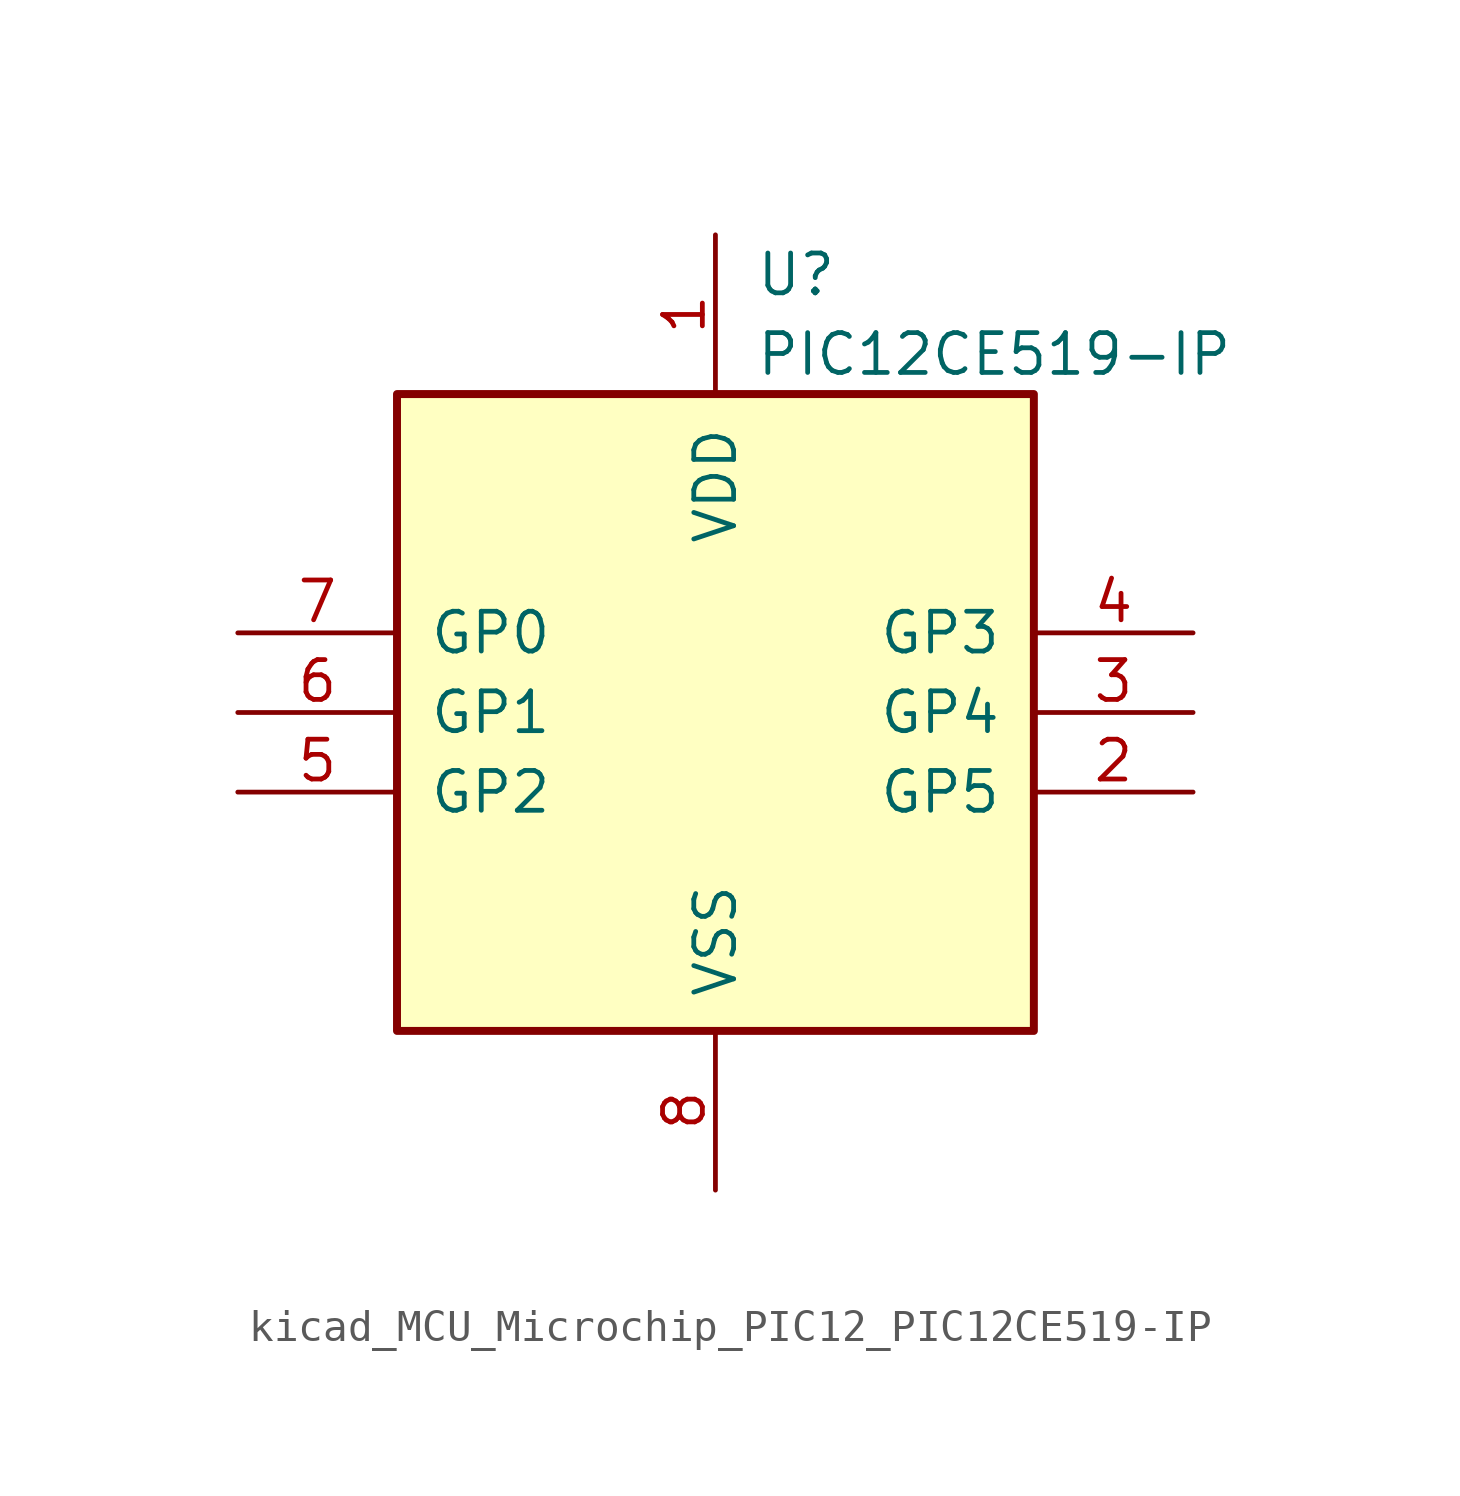
<source format=kicad_sym>
(kicad_symbol_lib
  (version 20220914)
  (generator kicad_symbol_editor)
  (symbol "kicad_MCU_Microchip_PIC12_PIC12CE519-IP"
    (pin_names
      (offset 1.016))
    (property "Reference" "U"
      (at 1.27 13.97 0)
      (effects (font (size 1.27 1.27)) (justify left)))
    (property "Value" "PIC12CE519-IP"
      (at 1.27 11.43 0)
      (effects (font (size 1.27 1.27)) (justify left)))
    (symbol "kicad_MCU_Microchip_PIC12_PIC12CE519-IP_0_1"
      (rectangle (start 10.16 -10.16) (end -10.16 10.16) (stroke (width 0.254) (type default)) (fill (type background))))
    (symbol "kicad_MCU_Microchip_PIC12_PIC12CE519-IP_1_1"
      (pin power_in line (at 0 15.24 270) (length 5.08) (name "VDD" (effects (font (size 1.27 1.27)))) (number "1" (effects (font (size 1.27 1.27)))))
      (pin bidirectional line (at 15.24 -2.54 180) (length 5.08) (name "GP5" (effects (font (size 1.27 1.27)))) (number "2" (effects (font (size 1.27 1.27)))))
      (pin bidirectional line (at 15.24 0 180) (length 5.08) (name "GP4" (effects (font (size 1.27 1.27)))) (number "3" (effects (font (size 1.27 1.27)))))
      (pin input line (at 15.24 2.54 180) (length 5.08) (name "GP3" (effects (font (size 1.27 1.27)))) (number "4" (effects (font (size 1.27 1.27)))))
      (pin bidirectional line (at -15.24 -2.54 0) (length 5.08) (name "GP2" (effects (font (size 1.27 1.27)))) (number "5" (effects (font (size 1.27 1.27)))))
      (pin bidirectional line (at -15.24 0 0) (length 5.08) (name "GP1" (effects (font (size 1.27 1.27)))) (number "6" (effects (font (size 1.27 1.27)))))
      (pin bidirectional line (at -15.24 2.54 0) (length 5.08) (name "GP0" (effects (font (size 1.27 1.27)))) (number "7" (effects (font (size 1.27 1.27)))))
      (pin power_in line (at 0 -15.24 90) (length 5.08) (name "VSS" (effects (font (size 1.27 1.27)))) (number "8" (effects (font (size 1.27 1.27))))))))
</source>
